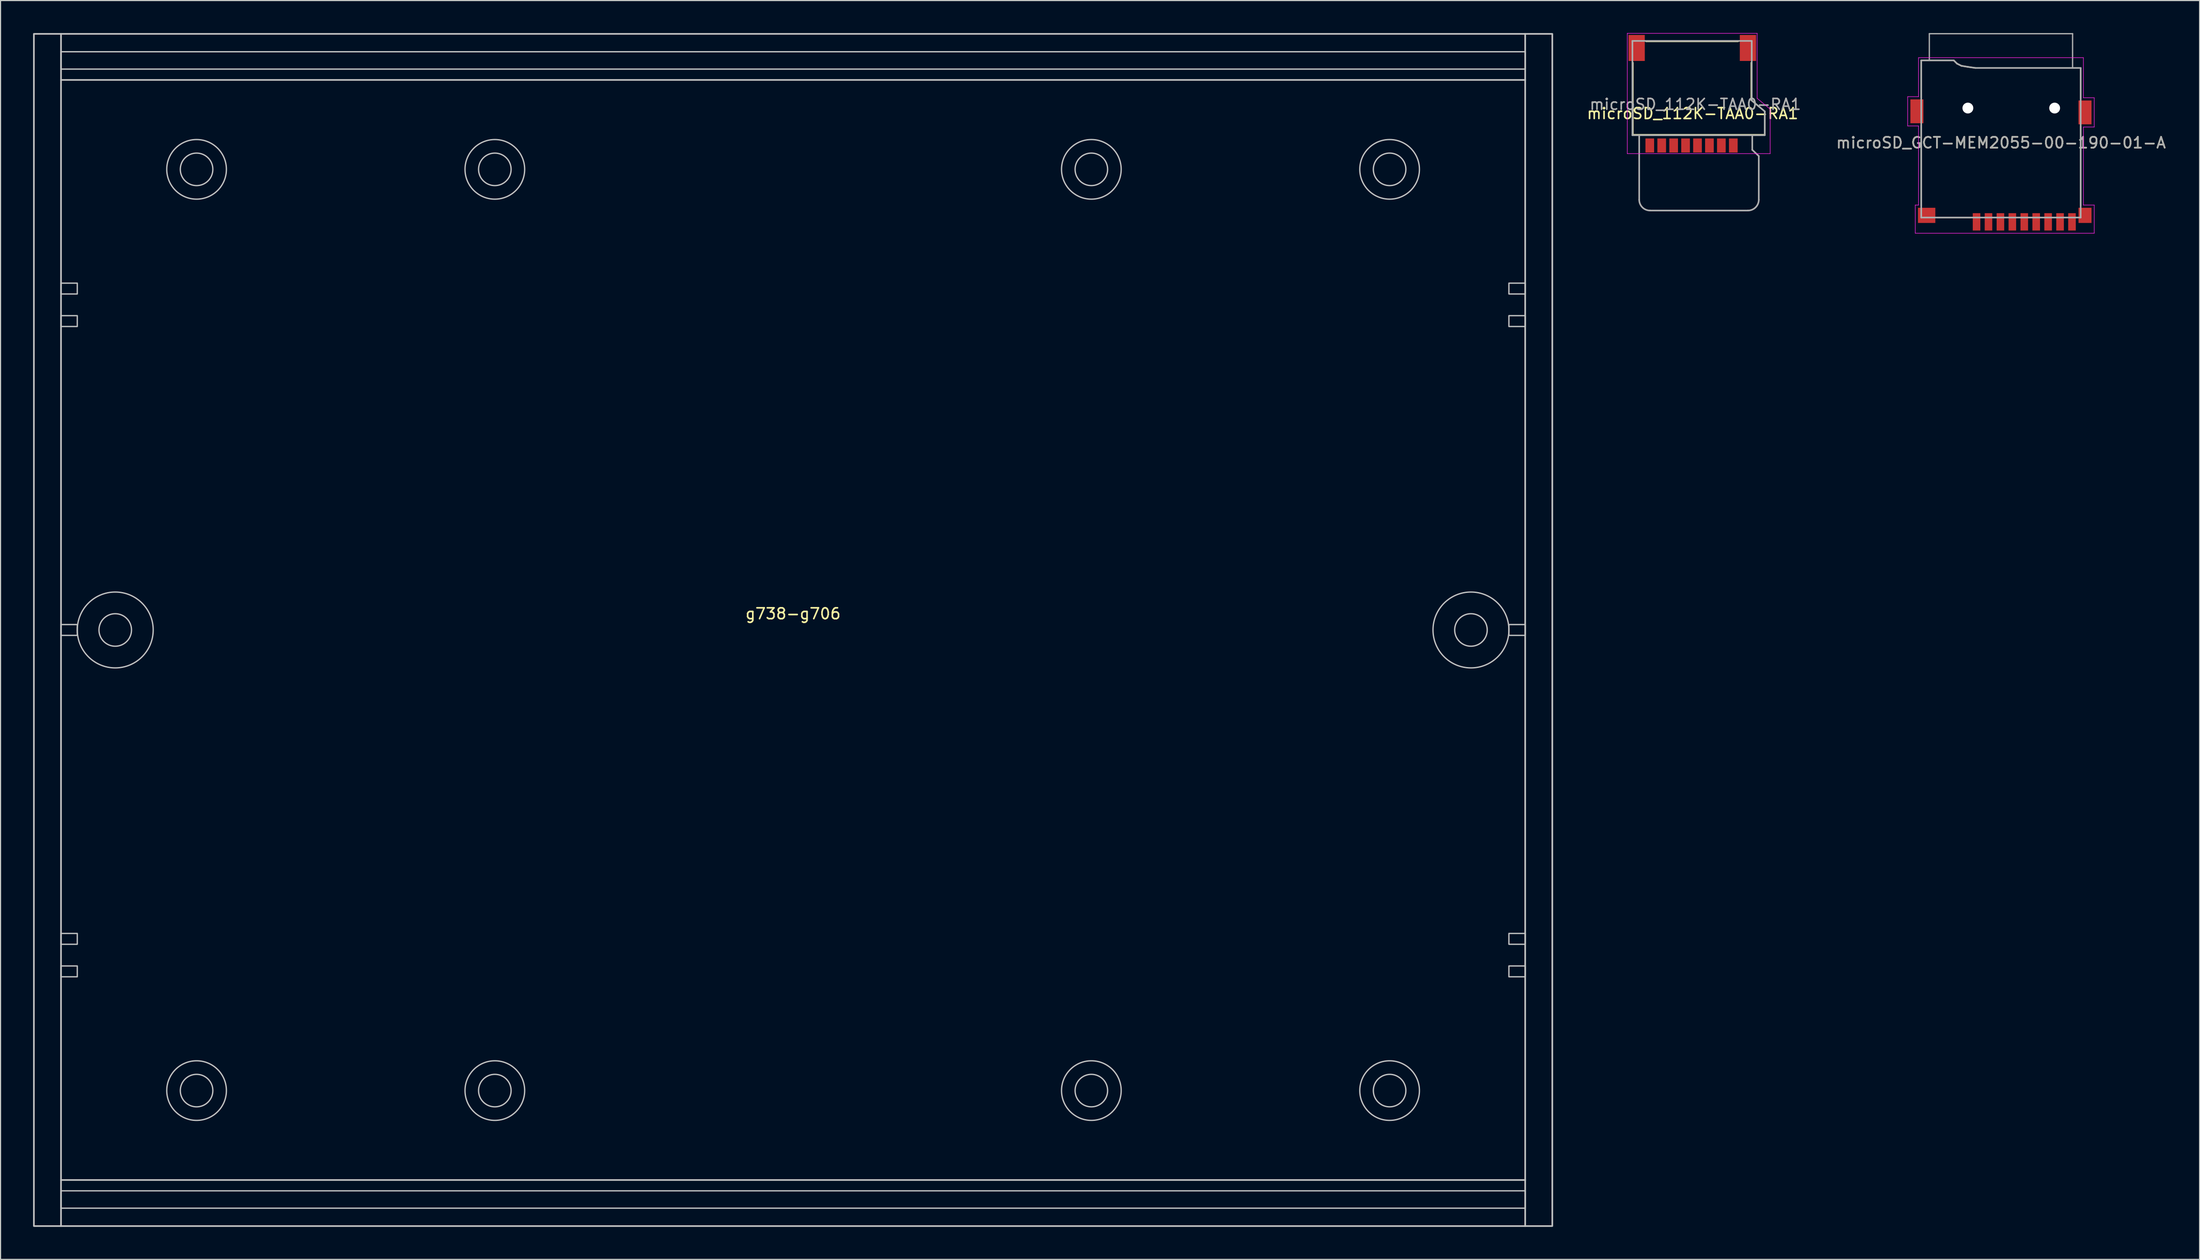
<source format=kicad_pcb>
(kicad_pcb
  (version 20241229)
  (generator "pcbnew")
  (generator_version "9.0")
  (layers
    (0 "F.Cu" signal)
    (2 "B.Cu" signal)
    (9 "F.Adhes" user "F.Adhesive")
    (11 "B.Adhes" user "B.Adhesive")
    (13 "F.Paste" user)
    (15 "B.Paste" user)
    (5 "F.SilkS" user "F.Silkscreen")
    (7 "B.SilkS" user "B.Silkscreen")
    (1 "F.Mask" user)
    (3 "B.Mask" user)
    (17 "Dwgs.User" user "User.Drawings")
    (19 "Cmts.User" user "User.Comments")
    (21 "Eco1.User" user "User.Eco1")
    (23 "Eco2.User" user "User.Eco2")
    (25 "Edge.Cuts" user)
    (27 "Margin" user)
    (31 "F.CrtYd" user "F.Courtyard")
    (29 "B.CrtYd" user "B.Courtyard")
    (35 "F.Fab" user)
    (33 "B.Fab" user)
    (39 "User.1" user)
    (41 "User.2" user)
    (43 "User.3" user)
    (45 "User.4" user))
  (footprint "microSD_GCT-MEM2055-00-190-01-A"
    (layer "F.Cu")
    (at 181.442 18.221)
    (property "Reference" "microSD_GCT-MEM2055-00-190-01-A" (at 0 -8.1 0) (layer "F.SilkS") (effects (font (size 1 1) (thickness 0.15))))
    (attr smd)
    (fp_line (start -7.35 -15.7) (end -7.35 -12.3) (stroke (width 0.12) (type solid)) (layer "F.SilkS"))
    (fp_line (start -7.35 -9.7) (end -7.35 -2.3) (stroke (width 0.12) (type solid)) (layer "F.SilkS"))
    (fp_line (start -4.35 -15.7) (end -7.35 -15.7) (stroke (width 0.12) (type solid)) (layer "F.SilkS"))
    (fp_line (start -4.05 -15.4) (end -4.35 -15.7) (stroke (width 0.12) (type solid)) (layer "F.SilkS"))
    (fp_line (start -3.65 -15.2) (end -4.05 -15.4) (stroke (width 0.12) (type solid)) (layer "F.SilkS"))
    (fp_line (start -3.05 -15.1) (end -3.65 -15.2) (stroke (width 0.12) (type solid)) (layer "F.SilkS"))
    (fp_line (start -2.8 -1.2) (end -5.9 -1.2) (stroke (width 0.12) (type solid)) (layer "F.SilkS"))
    (fp_line (start -2.35 -15) (end -3.05 -15.1) (stroke (width 0.12) (type solid)) (layer "F.SilkS"))
    (fp_line (start 7.35 -15) (end -2.35 -15) (stroke (width 0.12) (type solid)) (layer "F.SilkS"))
    (fp_line (start 7.35 -12.2) (end 7.35 -15) (stroke (width 0.12) (type solid)) (layer "F.SilkS"))
    (fp_line (start 7.35 -2.3) (end 7.35 -9.6) (stroke (width 0.12) (type solid)) (layer "F.SilkS"))
    (fp_line (start -8.6 -12.35) (end -8.6 -9.65) (stroke (width 0.05) (type solid)) (layer "F.CrtYd"))
    (fp_line (start -8.6 -12.35) (end -7.6 -12.35) (stroke (width 0.05) (type solid)) (layer "F.CrtYd"))
    (fp_line (start -8.6 -9.65) (end -7.6 -9.65) (stroke (width 0.05) (type solid)) (layer "F.CrtYd"))
    (fp_line (start -7.9 -2.35) (end -7.9 0.25) (stroke (width 0.05) (type solid)) (layer "F.CrtYd"))
    (fp_line (start -7.9 0.25) (end 8.6 0.25) (stroke (width 0.05) (type solid)) (layer "F.CrtYd"))
    (fp_line (start -7.6 -15.95) (end 7.6 -15.95) (stroke (width 0.05) (type solid)) (layer "F.CrtYd"))
    (fp_line (start -7.6 -12.35) (end -7.6 -15.95) (stroke (width 0.05) (type solid)) (layer "F.CrtYd"))
    (fp_line (start -7.6 -9.65) (end -7.6 -2.35) (stroke (width 0.05) (type solid)) (layer "F.CrtYd"))
    (fp_line (start -7.6 -2.35) (end -7.9 -2.35) (stroke (width 0.05) (type solid)) (layer "F.CrtYd"))
    (fp_line (start 7.6 -15.95) (end 7.6 -12.25) (stroke (width 0.05) (type solid)) (layer "F.CrtYd"))
    (fp_line (start 7.6 -12.25) (end 8.6 -12.25) (stroke (width 0.05) (type solid)) (layer "F.CrtYd"))
    (fp_line (start 7.6 -9.55) (end 7.6 -2.35) (stroke (width 0.05) (type solid)) (layer "F.CrtYd"))
    (fp_line (start 7.6 -9.55) (end 8.6 -9.55) (stroke (width 0.05) (type solid)) (layer "F.CrtYd"))
    (fp_line (start 7.6 -2.35) (end 8.6 -2.35) (stroke (width 0.05) (type solid)) (layer "F.CrtYd"))
    (fp_line (start 8.6 -12.25) (end 8.6 -9.55) (stroke (width 0.05) (type solid)) (layer "F.CrtYd"))
    (fp_line (start 8.6 -2.35) (end 8.6 0.25) (stroke (width 0.05) (type solid)) (layer "F.CrtYd"))
    (fp_line (start -7.35 -15.7) (end -4.35 -15.7) (stroke (width 0.15) (type solid)) (layer "F.Fab"))
    (fp_line (start -7.35 -1.2) (end -7.35 -15.7) (stroke (width 0.15) (type solid)) (layer "F.Fab"))
    (fp_line (start -6.604 -18.161) (end 6.604 -18.161) (stroke (width 0.12) (type solid)) (layer "F.Fab"))
    (fp_line (start -6.604 -15.748) (end -6.604 -18.161) (stroke (width 0.12) (type solid)) (layer "F.Fab"))
    (fp_line (start -4.05 -15.4) (end -4.35 -15.7) (stroke (width 0.15) (type solid)) (layer "F.Fab"))
    (fp_line (start -3.65 -15.2) (end -4.05 -15.4) (stroke (width 0.15) (type solid)) (layer "F.Fab"))
    (fp_line (start -3.05 -15.1) (end -3.65 -15.2) (stroke (width 0.15) (type solid)) (layer "F.Fab"))
    (fp_line (start -2.35 -15) (end -3.05 -15.1) (stroke (width 0.15) (type solid)) (layer "F.Fab"))
    (fp_line (start 6.604 -18.161) (end 6.604 -14.986) (stroke (width 0.12) (type solid)) (layer "F.Fab"))
    (fp_line (start 7.35 -15) (end -2.35 -15) (stroke (width 0.15) (type solid)) (layer "F.Fab"))
    (fp_line (start 7.35 -15) (end 7.35 -1.2) (stroke (width 0.15) (type solid)) (layer "F.Fab"))
    (fp_line (start 7.35 -1.2) (end -7.35 -1.2) (stroke (width 0.15) (type solid)) (layer "F.Fab"))
    (fp_text user "${REFERENCE}" (at 0 -8.1 0) (layer "F.Fab") (effects (font (size 1 1) (thickness 0.15))))
    (pad "" np_thru_hole circle (at -3.05 -11.3 180) (size 1 1) (drill 1) (layers "*.Cu" "*.Mask"))
    (pad "" np_thru_hole circle (at 4.95 -11.3 180) (size 1 1) (drill 1) (layers "*.Cu" "*.Mask"))
    (pad "1" smd rect (at -2.25 -0.8) (size 0.7 1.6) (layers "F.Cu" "F.Mask" "F.Paste"))
    (pad "2" smd rect (at -1.15 -0.8) (size 0.7 1.6) (layers "F.Cu" "F.Mask" "F.Paste"))
    (pad "3" smd rect (at -0.05 -0.8) (size 0.7 1.6) (layers "F.Cu" "F.Mask" "F.Paste"))
    (pad "4" smd rect (at 1.05 -0.8) (size 0.7 1.6) (layers "F.Cu" "F.Mask" "F.Paste"))
    (pad "5" smd rect (at 2.15 -0.8) (size 0.7 1.6) (layers "F.Cu" "F.Mask" "F.Paste"))
    (pad "6" smd rect (at 3.25 -0.8) (size 0.7 1.6) (layers "F.Cu" "F.Mask" "F.Paste"))
    (pad "7" smd rect (at 4.35 -0.8) (size 0.7 1.6) (layers "F.Cu" "F.Mask" "F.Paste"))
    (pad "8" smd rect (at 5.45 -0.8) (size 0.7 1.6) (layers "F.Cu" "F.Mask" "F.Paste"))
    (pad "9" smd rect (at 6.55 -0.8) (size 0.7 1.6) (layers "F.Cu" "F.Mask" "F.Paste"))
    (pad "10" smd rect (at 7.75 -1.4) (size 1.2 1.4) (layers "F.Cu" "F.Mask" "F.Paste"))
    (pad "11" smd rect (at -7.75 -11 180) (size 1.2 2.2) (layers "F.Cu" "F.Mask" "F.Paste"))
    (pad "11" smd rect (at -6.85 -1.4) (size 1.6 1.4) (layers "F.Cu" "F.Mask" "F.Paste"))
    (pad "11" smd rect (at 7.75 -10.9 180) (size 1.2 2.2) (layers "F.Cu" "F.Mask" "F.Paste")))
  (footprint "microSD_112K-TAA0-RA1"
    (layer "F.Cu")
    (at 153.563 11.025)
    (property "Reference" "microSD_112K-TAA0-RA1" (at -0.55 -3.6 0) (layer "F.SilkS") (effects (font (size 1 1) (thickness 0.15))))
    (attr smd)
    (fp_line (start -6.05 -8.3) (end -6.05 -1.65) (stroke (width 0.12) (type solid)) (layer "F.SilkS"))
    (fp_line (start -4.85 -10.25) (end 3.65 -10.25) (stroke (width 0.12) (type default)) (layer "F.SilkS"))
    (fp_line (start 4.85 -4.85) (end 4.85 -8.3) (stroke (width 0.12) (type solid)) (layer "F.SilkS"))
    (fp_line (start 6.1 -3.8) (end 4.85 -4.85) (stroke (width 0.12) (type solid)) (layer "F.SilkS"))
    (fp_line (start 6.1 -3.8) (end 6.1 -1.65) (stroke (width 0.12) (type solid)) (layer "F.SilkS"))
    (fp_line (start 6.1 -1.65) (end -6.05 -1.65) (stroke (width 0.12) (type solid)) (layer "F.SilkS"))
    (fp_line (start -6.575 -11) (end -6.575 0.1) (stroke (width 0.05) (type default)) (layer "F.CrtYd"))
    (fp_line (start -6.575 -11) (end 5.4 -11) (stroke (width 0.05) (type default)) (layer "F.CrtYd"))
    (fp_line (start 5.4 -11) (end 5.4 -5) (stroke (width 0.05) (type default)) (layer "F.CrtYd"))
    (fp_line (start 5.4 -5) (end 6.6 -4) (stroke (width 0.05) (type default)) (layer "F.CrtYd"))
    (fp_line (start 6.6 -4) (end 6.6 0.1) (stroke (width 0.05) (type default)) (layer "F.CrtYd"))
    (fp_line (start 6.6 0.1) (end -6.575 0.1) (stroke (width 0.05) (type default)) (layer "F.CrtYd"))
    (fp_line (start -6.1 -10.3) (end 4.9 -10.3) (stroke (width 0.15) (type default)) (layer "F.Fab"))
    (fp_line (start -6.1 -1.6) (end -6.1 -10.3) (stroke (width 0.15) (type default)) (layer "F.Fab"))
    (fp_line (start -5.475 -1.575) (end -5.475 4.35) (stroke (width 0.15) (type default)) (layer "F.Fab"))
    (fp_line (start 4.55 5.35) (end -4.475 5.35) (stroke (width 0.15) (type default)) (layer "F.Fab"))
    (fp_line (start 4.9 -10.3) (end 4.9 -4.8) (stroke (width 0.15) (type default)) (layer "F.Fab"))
    (fp_line (start 4.9 -4.8) (end 6.1 -3.8) (stroke (width 0.15) (type default)) (layer "F.Fab"))
    (fp_line (start 4.95 -1.6) (end 4.95 -0.25) (stroke (width 0.15) (type default)) (layer "F.Fab"))
    (fp_line (start 4.95 -0.25) (end 5.55 0.325) (stroke (width 0.15) (type default)) (layer "F.Fab"))
    (fp_line (start 5.55 0.325) (end 5.55 4.35) (stroke (width 0.15) (type default)) (layer "F.Fab"))
    (fp_line (start 6.1 -3.8) (end 6.1 -1.6) (stroke (width 0.15) (type default)) (layer "F.Fab"))
    (fp_line (start 6.1 -1.6) (end -6.1 -1.6) (stroke (width 0.15) (type default)) (layer "F.Fab"))
    (fp_arc (start -4.475 5.35) (mid -5.182107 5.057107) (end -5.475 4.35) (stroke (width 0.15) (type default)) (layer "F.Fab"))
    (fp_arc (start 5.55 4.35) (mid 5.257107 5.057107) (end 4.55 5.35) (stroke (width 0.15) (type default)) (layer "F.Fab"))
    (fp_text user "${REFERENCE}" (at -0.3 -4.45 0) (layer "F.Fab") (effects (font (size 1 1) (thickness 0.15))))
    (pad "1" smd rect (at 3.2 -0.65) (size 0.8 1.3) (layers "F.Cu" "F.Mask" "F.Paste"))
    (pad "2" smd rect (at 2.1 -0.65) (size 0.8 1.3) (layers "F.Cu" "F.Mask" "F.Paste"))
    (pad "3" smd rect (at 1 -0.65) (size 0.8 1.3) (layers "F.Cu" "F.Mask" "F.Paste"))
    (pad "4" smd rect (at -0.1 -0.65) (size 0.8 1.3) (layers "F.Cu" "F.Mask" "F.Paste"))
    (pad "5" smd rect (at -1.2 -0.65) (size 0.8 1.3) (layers "F.Cu" "F.Mask" "F.Paste"))
    (pad "6" smd rect (at -2.3 -0.65) (size 0.8 1.3) (layers "F.Cu" "F.Mask" "F.Paste"))
    (pad "7" smd rect (at -3.4 -0.65) (size 0.8 1.3) (layers "F.Cu" "F.Mask" "F.Paste"))
    (pad "8" smd rect (at -4.5 -0.65) (size 0.8 1.3) (layers "F.Cu" "F.Mask" "F.Paste"))
    (pad "9" smd rect (at -5.71 -9.65 180) (size 1.5 2.4) (layers "F.Cu" "F.Mask" "F.Paste"))
    (pad "9" smd rect (at 4.55 -9.65 180) (size 1.5 2.4) (layers "F.Cu" "F.Mask" "F.Paste")))
  (footprint "g738-g706"
    (layer "F.Cu")
    (at 70.075 55.075)
    (property "Reference" "g738-g706" (at 0 -1.5 0) (unlocked yes) (layer "F.SilkS") (effects (font (size 1 1) (thickness 0.15))))
    (attr allow_missing_courtyard)
    (fp_line (start -67.5 -55) (end -67.5 55) (stroke (width 0.15) (type default)) (layer "Dwgs.User"))
    (fp_line (start -67.5 -50.75) (end 67.5 -50.75) (stroke (width 0.15) (type default)) (layer "Dwgs.User"))
    (fp_line (start -67.5 50.75) (end 67.5 50.75) (stroke (width 0.15) (type default)) (layer "Dwgs.User"))
    (fp_line (start 67.5 -55) (end 67.5 55) (stroke (width 0.15) (type default)) (layer "Dwgs.User"))
    (fp_rect (start -70 -55) (end 70 55) (stroke (width 0.15) (type default)) (fill no) (layer "Dwgs.User"))
    (fp_rect (start -67.5 -53.35) (end 67.5 -51.75) (stroke (width 0.12) (type default)) (fill no) (layer "Dwgs.User"))
    (fp_rect (start -67.5 -32) (end -66 -31) (stroke (width 0.12) (type default)) (fill no) (layer "Dwgs.User"))
    (fp_rect (start -67.5 -29) (end -66 -28) (stroke (width 0.12) (type default)) (fill no) (layer "Dwgs.User"))
    (fp_rect (start -67.5 -0.5) (end -66 0.5) (stroke (width 0.12) (type default)) (fill no) (layer "Dwgs.User"))
    (fp_rect (start -67.5 28) (end -66 29) (stroke (width 0.12) (type default)) (fill no) (layer "Dwgs.User"))
    (fp_rect (start -67.5 31) (end -66 32) (stroke (width 0.12) (type default)) (fill no) (layer "Dwgs.User"))
    (fp_rect (start -67.5 51.75) (end 67.5 53.35) (stroke (width 0.12) (type default)) (fill no) (layer "Dwgs.User"))
    (fp_rect (start 66 -32) (end 67.5 -31) (stroke (width 0.12) (type default)) (fill no) (layer "Dwgs.User"))
    (fp_rect (start 66 -29) (end 67.5 -28) (stroke (width 0.12) (type default)) (fill no) (layer "Dwgs.User"))
    (fp_rect (start 66 28) (end 67.5 29) (stroke (width 0.12) (type default)) (fill no) (layer "Dwgs.User"))
    (fp_rect (start 66 31) (end 67.5 32) (stroke (width 0.12) (type default)) (fill no) (layer "Dwgs.User"))
    (fp_rect (start 67.5 0.5) (end 66 -0.5) (stroke (width 0.12) (type default)) (fill no) (layer "Dwgs.User"))
    (fp_circle (center -62.5 0) (end -61 0) (stroke (width 0.12) (type default)) (fill no) (layer "Dwgs.User"))
    (fp_circle (center -62.5 0) (end -59 0) (stroke (width 0.12) (type default)) (fill no) (layer "Dwgs.User"))
    (fp_circle (center -55 -42.5) (end -53.5 -42.5) (stroke (width 0.12) (type default)) (fill no) (layer "Dwgs.User"))
    (fp_circle (center -55 -42.5) (end -52.25 -42.5) (stroke (width 0.12) (type default)) (fill no) (layer "Dwgs.User"))
    (fp_circle (center -55 42.5) (end -53.5 42.5) (stroke (width 0.12) (type default)) (fill no) (layer "Dwgs.User"))
    (fp_circle (center -55 42.5) (end -52.25 42.5) (stroke (width 0.12) (type default)) (fill no) (layer "Dwgs.User"))
    (fp_circle (center -27.5 -42.5) (end -26 -42.5) (stroke (width 0.12) (type default)) (fill no) (layer "Dwgs.User"))
    (fp_circle (center -27.5 -42.5) (end -24.75 -42.5) (stroke (width 0.12) (type default)) (fill no) (layer "Dwgs.User"))
    (fp_circle (center -27.5 42.5) (end -26 42.5) (stroke (width 0.12) (type default)) (fill no) (layer "Dwgs.User"))
    (fp_circle (center -27.5 42.5) (end -24.75 42.5) (stroke (width 0.12) (type default)) (fill no) (layer "Dwgs.User"))
    (fp_circle (center 27.5 -42.5) (end 29 -42.5) (stroke (width 0.12) (type default)) (fill no) (layer "Dwgs.User"))
    (fp_circle (center 27.5 -42.5) (end 30.25 -42.5) (stroke (width 0.12) (type default)) (fill no) (layer "Dwgs.User"))
    (fp_circle (center 27.5 42.5) (end 29 42.5) (stroke (width 0.12) (type default)) (fill no) (layer "Dwgs.User"))
    (fp_circle (center 27.5 42.5) (end 30.25 42.5) (stroke (width 0.12) (type default)) (fill no) (layer "Dwgs.User"))
    (fp_circle (center 55 -42.5) (end 56.5 -42.5) (stroke (width 0.12) (type default)) (fill no) (layer "Dwgs.User"))
    (fp_circle (center 55 -42.5) (end 57.75 -42.5) (stroke (width 0.12) (type default)) (fill no) (layer "Dwgs.User"))
    (fp_circle (center 55 42.5) (end 56.5 42.5) (stroke (width 0.12) (type default)) (fill no) (layer "Dwgs.User"))
    (fp_circle (center 55 42.5) (end 57.75 42.5) (stroke (width 0.12) (type default)) (fill no) (layer "Dwgs.User"))
    (fp_circle (center 62.5 0) (end 59 0) (stroke (width 0.12) (type default)) (fill no) (layer "Dwgs.User"))
    (fp_circle (center 62.5 0) (end 61 0) (stroke (width 0.12) (type default)) (fill no) (layer "Dwgs.User")))
  (gr_rect
    (start -3 -3)
    (end 199.757 113.15)
    (stroke (width 0.1) (type default))
    (fill no)
    (layer "Edge.Cuts")))
</source>
